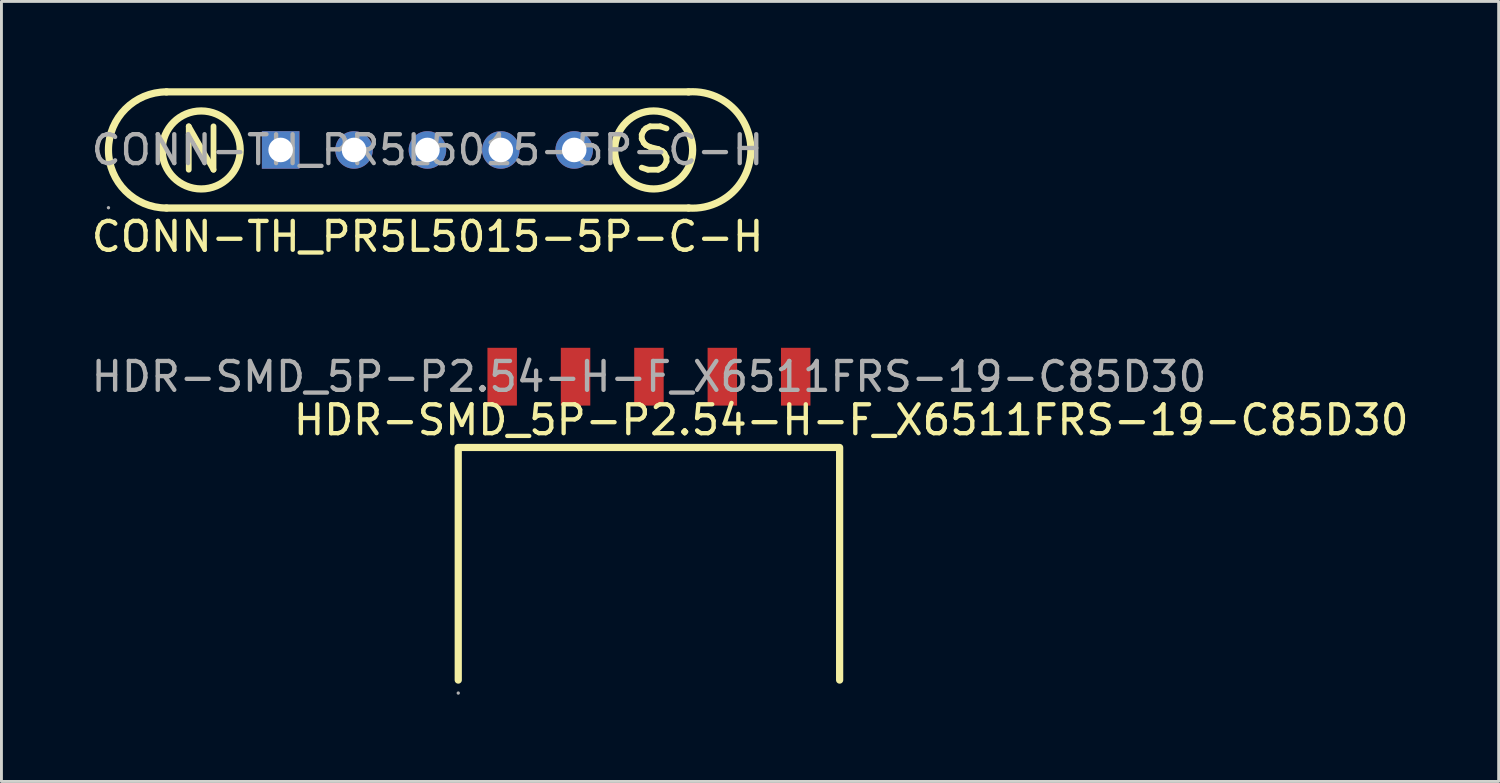
<source format=kicad_pcb>
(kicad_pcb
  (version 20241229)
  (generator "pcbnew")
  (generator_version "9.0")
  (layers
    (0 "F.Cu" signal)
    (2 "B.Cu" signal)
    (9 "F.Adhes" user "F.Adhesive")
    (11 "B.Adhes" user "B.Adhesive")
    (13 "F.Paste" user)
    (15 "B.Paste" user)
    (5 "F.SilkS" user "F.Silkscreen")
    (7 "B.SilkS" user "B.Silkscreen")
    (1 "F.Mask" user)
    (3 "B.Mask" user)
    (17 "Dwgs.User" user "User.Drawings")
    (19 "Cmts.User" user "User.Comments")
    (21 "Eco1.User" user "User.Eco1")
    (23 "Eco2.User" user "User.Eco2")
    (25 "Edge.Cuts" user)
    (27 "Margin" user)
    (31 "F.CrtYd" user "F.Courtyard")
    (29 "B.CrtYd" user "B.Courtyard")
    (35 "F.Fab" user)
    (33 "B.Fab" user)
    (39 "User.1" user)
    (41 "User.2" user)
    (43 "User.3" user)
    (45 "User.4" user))
  (footprint "CONN-TH_PR5L5015-5P-C-H"
    (layer "F.Cu")
    (at 11.744 2.14)
    (property "Reference" "CONN-TH_PR5L5015-5P-C-H" (at 0.005 3 0) (layer "F.SilkS") (effects (font (size 1 1) (thickness 0.15))))
    (attr through_hole)
    (fp_line (start -9.03 -2.01) (end 9.04 -2.01) (stroke (width 0.25) (type solid)) (layer "F.SilkS"))
    (fp_line (start -9.03 2.01) (end 9.04 2.01) (stroke (width 0.25) (type solid)) (layer "F.SilkS"))
    (fp_arc (start -9.03 2.01) (mid -11.04 0) (end -9.03 -2.01) (stroke (width 0.25) (type solid)) (layer "F.SilkS"))
    (fp_arc (start 9.036093 -2.009724) (mid 11.194869 -0.001958) (end 9.04 2.01) (stroke (width 0.25) (type solid)) (layer "F.SilkS"))
    (fp_circle (center -7.83 0) (end -6.48 0) (stroke (width 0.25) (type solid)) (fill no) (layer "F.SilkS"))
    (fp_circle (center 7.83 0) (end 9.18 0) (stroke (width 0.25) (type solid)) (fill no) (layer "F.SilkS"))
    (fp_circle (center -11.04 2) (end -11.01 2) (stroke (width 0.06) (type solid)) (fill no) (layer "F.Fab"))
    (fp_circle (center -5.08 0) (end -4.9 0) (stroke (width 0.35) (type solid)) (fill no) (layer "F.Fab"))
    (fp_circle (center -2.54 0) (end -2.36 0) (stroke (width 0.35) (type solid)) (fill no) (layer "F.Fab"))
    (fp_circle (center 0 0) (end 0.18 0) (stroke (width 0.35) (type solid)) (fill no) (layer "F.Fab"))
    (fp_circle (center 2.54 0) (end 2.72 0) (stroke (width 0.35) (type solid)) (fill no) (layer "F.Fab"))
    (fp_circle (center 5.08 0) (end 5.26 0) (stroke (width 0.35) (type solid)) (fill no) (layer "F.Fab"))
    (fp_text user "N" (at -8.75 0 0) (layer "F.SilkS") (effects (font (size 1.5 1.5) (thickness 0.2)) (justify left)))
    (fp_text user "S" (at 7 0 0) (layer "F.SilkS") (effects (font (size 1.5 1.5) (thickness 0.2)) (justify left)))
    (fp_text user "${REFERENCE}" (at 0 0 0) (layer "F.Fab") (effects (font (size 1 1) (thickness 0.15))))
    (pad "1" thru_hole rect (at -5.08 0) (size 1.3 1.3) (drill 0.85) (layers "*.Cu" "*.Mask"))
    (pad "2" thru_hole circle (at -2.54 0) (size 1.3 1.3) (drill 0.85) (layers "*.Cu" "*.Mask"))
    (pad "3" thru_hole circle (at 0 0) (size 1.3 1.3) (drill 0.85) (layers "*.Cu" "*.Mask"))
    (pad "4" thru_hole circle (at 2.54 0) (size 1.3 1.3) (drill 0.85) (layers "*.Cu" "*.Mask"))
    (pad "5" thru_hole circle (at 5.08 0) (size 1.3 1.3) (drill 0.85) (layers "*.Cu" "*.Mask")))
  (footprint "HDR-SMD_5P-P2.54-H-F_X6511FRS-19-C85D30"
    (layer "F.Cu")
    (at 19.411 9.988)
    (property "Reference" "HDR-SMD_5P-P2.54-H-F_X6511FRS-19-C85D30" (at 7 1.5 0) (layer "F.SilkS") (effects (font (size 1 1) (thickness 0.15))))
    (attr smd)
    (fp_line (start -6.6 2.5) (end -6.6 10.5) (stroke (width 0.25) (type solid)) (layer "F.SilkS"))
    (fp_line (start 6.6 2.45) (end -6.6 2.45) (stroke (width 0.25) (type solid)) (layer "F.SilkS"))
    (fp_line (start 6.6 10.5) (end 6.6 2.5) (stroke (width 0.25) (type solid)) (layer "F.SilkS"))
    (fp_circle (center -6.6 10.95) (end -6.57 10.95) (stroke (width 0.06) (type solid)) (fill no) (layer "F.Fab"))
    (fp_text user "${REFERENCE}" (at 0 0 0) (layer "F.Fab") (effects (font (size 1 1) (thickness 0.15))))
    (pad "1" smd rect (at -5.08 0) (size 1.02 2) (layers "F.Cu" "F.Mask" "F.Paste"))
    (pad "2" smd rect (at -2.54 0) (size 1.02 2) (layers "F.Cu" "F.Mask" "F.Paste"))
    (pad "3" smd rect (at 0 0) (size 1.02 2) (layers "F.Cu" "F.Mask" "F.Paste"))
    (pad "4" smd rect (at 2.54 0) (size 1.02 2) (layers "F.Cu" "F.Mask" "F.Paste"))
    (pad "5" smd rect (at 5.08 0) (size 1.02 2) (layers "F.Cu" "F.Mask" "F.Paste")))
  (gr_rect
    (start -3 -3)
    (end 48.821 23.998)
    (stroke (width 0.1) (type default))
    (fill no)
    (layer "Edge.Cuts")))
</source>
